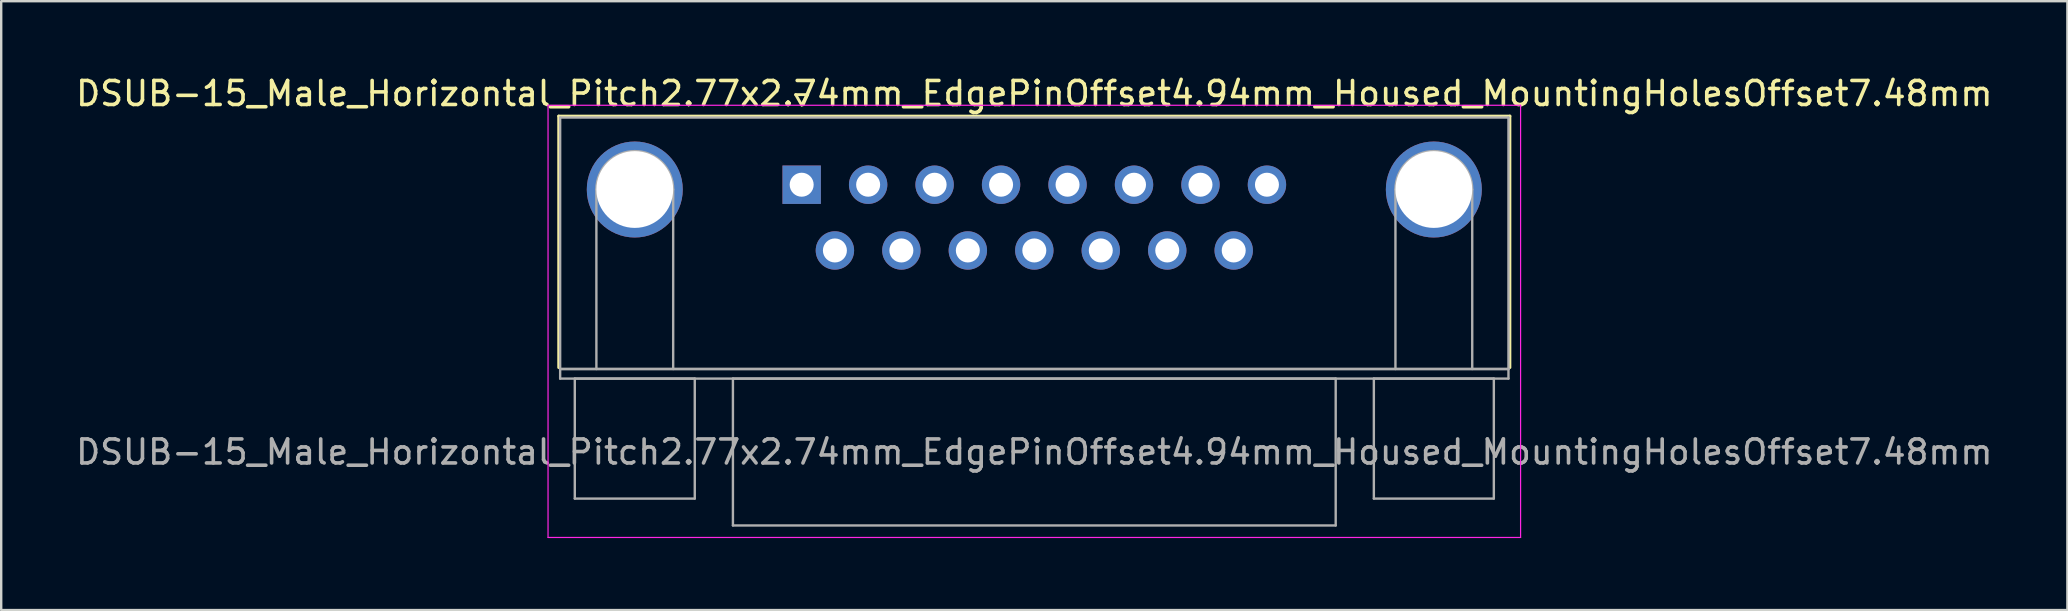
<source format=kicad_pcb>
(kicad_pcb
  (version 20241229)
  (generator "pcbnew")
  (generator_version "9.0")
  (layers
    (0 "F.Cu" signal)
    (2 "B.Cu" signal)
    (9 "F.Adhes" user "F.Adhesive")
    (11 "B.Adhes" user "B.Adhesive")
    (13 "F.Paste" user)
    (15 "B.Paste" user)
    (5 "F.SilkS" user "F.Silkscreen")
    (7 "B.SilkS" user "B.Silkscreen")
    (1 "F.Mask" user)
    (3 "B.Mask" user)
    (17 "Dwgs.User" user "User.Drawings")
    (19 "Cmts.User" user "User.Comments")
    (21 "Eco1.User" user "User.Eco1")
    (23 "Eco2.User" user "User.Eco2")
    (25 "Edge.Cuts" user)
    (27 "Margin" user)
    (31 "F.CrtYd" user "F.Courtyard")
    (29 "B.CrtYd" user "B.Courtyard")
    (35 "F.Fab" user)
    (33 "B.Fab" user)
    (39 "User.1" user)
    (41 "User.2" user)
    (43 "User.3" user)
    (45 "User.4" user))
  (footprint "DSUB-15_Male_Horizontal_Pitch2.77x2.74mm_EdgePinOffset4.94mm_Housed_MountingHolesOffset7.48mm"
    (layer "F.Cu")
    (at 30.359 4.648)
    (property "Reference" "DSUB-15_Male_Horizontal_Pitch2.77x2.74mm_EdgePinOffset4.94mm_Housed_MountingHolesOffset7.48mm" (at 9.695 -3.8 0) (layer "F.SilkS") (effects (font (size 1 1) (thickness 0.15))))
    (attr through_hole)
    (fp_line (start -10.125 -2.86) (end 29.515 -2.86) (stroke (width 0.12) (type solid)) (layer "F.SilkS"))
    (fp_line (start -10.125 7.62) (end -10.125 -2.86) (stroke (width 0.12) (type solid)) (layer "F.SilkS"))
    (fp_line (start -0.25 -3.754) (end 0.25 -3.754) (stroke (width 0.12) (type solid)) (layer "F.SilkS"))
    (fp_line (start 0 -3.321) (end -0.25 -3.754) (stroke (width 0.12) (type solid)) (layer "F.SilkS"))
    (fp_line (start 0.25 -3.754) (end 0 -3.321) (stroke (width 0.12) (type solid)) (layer "F.SilkS"))
    (fp_line (start 29.515 -2.86) (end 29.515 7.62) (stroke (width 0.12) (type solid)) (layer "F.SilkS"))
    (fp_line (start -10.57 -3.31) (end -10.57 14.7) (stroke (width 0.05) (type solid)) (layer "F.CrtYd"))
    (fp_line (start -10.57 14.7) (end 29.96 14.7) (stroke (width 0.05) (type solid)) (layer "F.CrtYd"))
    (fp_line (start 29.96 -3.31) (end -10.57 -3.31) (stroke (width 0.05) (type solid)) (layer "F.CrtYd"))
    (fp_line (start 29.96 14.7) (end 29.96 -3.31) (stroke (width 0.05) (type solid)) (layer "F.CrtYd"))
    (fp_line (start -10.065 -2.8) (end -10.065 7.68) (stroke (width 0.1) (type solid)) (layer "F.Fab"))
    (fp_line (start -10.065 7.68) (end -10.065 8.08) (stroke (width 0.1) (type solid)) (layer "F.Fab"))
    (fp_line (start -10.065 7.68) (end 29.455 7.68) (stroke (width 0.1) (type solid)) (layer "F.Fab"))
    (fp_line (start -10.065 8.08) (end 29.455 8.08) (stroke (width 0.1) (type solid)) (layer "F.Fab"))
    (fp_line (start -9.455 8.08) (end -9.455 13.08) (stroke (width 0.1) (type solid)) (layer "F.Fab"))
    (fp_line (start -9.455 13.08) (end -4.455 13.08) (stroke (width 0.1) (type solid)) (layer "F.Fab"))
    (fp_line (start -8.555 7.68) (end -8.555 0.2) (stroke (width 0.1) (type solid)) (layer "F.Fab"))
    (fp_line (start -5.355 7.68) (end -5.355 0.2) (stroke (width 0.1) (type solid)) (layer "F.Fab"))
    (fp_line (start -4.455 8.08) (end -9.455 8.08) (stroke (width 0.1) (type solid)) (layer "F.Fab"))
    (fp_line (start -4.455 13.08) (end -4.455 8.08) (stroke (width 0.1) (type solid)) (layer "F.Fab"))
    (fp_line (start -2.865 8.08) (end -2.865 14.2) (stroke (width 0.1) (type solid)) (layer "F.Fab"))
    (fp_line (start -2.865 14.2) (end 22.255 14.2) (stroke (width 0.1) (type solid)) (layer "F.Fab"))
    (fp_line (start 22.255 8.08) (end -2.865 8.08) (stroke (width 0.1) (type solid)) (layer "F.Fab"))
    (fp_line (start 22.255 14.2) (end 22.255 8.08) (stroke (width 0.1) (type solid)) (layer "F.Fab"))
    (fp_line (start 23.845 8.08) (end 23.845 13.08) (stroke (width 0.1) (type solid)) (layer "F.Fab"))
    (fp_line (start 23.845 13.08) (end 28.845 13.08) (stroke (width 0.1) (type solid)) (layer "F.Fab"))
    (fp_line (start 24.745 7.68) (end 24.745 0.2) (stroke (width 0.1) (type solid)) (layer "F.Fab"))
    (fp_line (start 27.945 7.68) (end 27.945 0.2) (stroke (width 0.1) (type solid)) (layer "F.Fab"))
    (fp_line (start 28.845 8.08) (end 23.845 8.08) (stroke (width 0.1) (type solid)) (layer "F.Fab"))
    (fp_line (start 28.845 13.08) (end 28.845 8.08) (stroke (width 0.1) (type solid)) (layer "F.Fab"))
    (fp_line (start 29.455 -2.8) (end -10.065 -2.8) (stroke (width 0.1) (type solid)) (layer "F.Fab"))
    (fp_line (start 29.455 7.68) (end -10.065 7.68) (stroke (width 0.1) (type solid)) (layer "F.Fab"))
    (fp_line (start 29.455 7.68) (end 29.455 -2.8) (stroke (width 0.1) (type solid)) (layer "F.Fab"))
    (fp_line (start 29.455 8.08) (end 29.455 7.68) (stroke (width 0.1) (type solid)) (layer "F.Fab"))
    (fp_arc (start -8.555 0.2) (mid -6.955 -1.4) (end -5.355 0.2) (stroke (width 0.1) (type solid)) (layer "F.Fab"))
    (fp_arc (start 24.745 0.2) (mid 26.345 -1.4) (end 27.945 0.2) (stroke (width 0.1) (type solid)) (layer "F.Fab"))
    (fp_text user "${REFERENCE}" (at 9.695 11.14 0) (layer "F.Fab") (effects (font (size 1 1) (thickness 0.15))))
    (pad "0" thru_hole circle (at -6.955 0.2) (size 4 4) (drill 3.2) (layers "*.Cu" "*.Mask"))
    (pad "0" thru_hole circle (at 26.345 0.2) (size 4 4) (drill 3.2) (layers "*.Cu" "*.Mask"))
    (pad "1" thru_hole rect (at 0 0) (size 1.6 1.6) (drill 1) (layers "*.Cu" "*.Mask"))
    (pad "2" thru_hole circle (at 2.77 0) (size 1.6 1.6) (drill 1) (layers "*.Cu" "*.Mask"))
    (pad "3" thru_hole circle (at 5.54 0) (size 1.6 1.6) (drill 1) (layers "*.Cu" "*.Mask"))
    (pad "4" thru_hole circle (at 8.31 0) (size 1.6 1.6) (drill 1) (layers "*.Cu" "*.Mask"))
    (pad "5" thru_hole circle (at 11.08 0) (size 1.6 1.6) (drill 1) (layers "*.Cu" "*.Mask"))
    (pad "6" thru_hole circle (at 13.85 0) (size 1.6 1.6) (drill 1) (layers "*.Cu" "*.Mask"))
    (pad "7" thru_hole circle (at 16.62 0) (size 1.6 1.6) (drill 1) (layers "*.Cu" "*.Mask"))
    (pad "8" thru_hole circle (at 19.39 0) (size 1.6 1.6) (drill 1) (layers "*.Cu" "*.Mask"))
    (pad "9" thru_hole circle (at 1.385 2.74) (size 1.6 1.6) (drill 1) (layers "*.Cu" "*.Mask"))
    (pad "10" thru_hole circle (at 4.155 2.74) (size 1.6 1.6) (drill 1) (layers "*.Cu" "*.Mask"))
    (pad "11" thru_hole circle (at 6.925 2.74) (size 1.6 1.6) (drill 1) (layers "*.Cu" "*.Mask"))
    (pad "12" thru_hole circle (at 9.695 2.74) (size 1.6 1.6) (drill 1) (layers "*.Cu" "*.Mask"))
    (pad "13" thru_hole circle (at 12.465 2.74) (size 1.6 1.6) (drill 1) (layers "*.Cu" "*.Mask"))
    (pad "14" thru_hole circle (at 15.235 2.74) (size 1.6 1.6) (drill 1) (layers "*.Cu" "*.Mask"))
    (pad "15" thru_hole circle (at 18.005 2.74) (size 1.6 1.6) (drill 1) (layers "*.Cu" "*.Mask")))
  (gr_rect
    (start -3 -3)
    (end 83.107 22.373)
    (stroke (width 0.1) (type default))
    (fill no)
    (layer "Edge.Cuts")))
</source>
